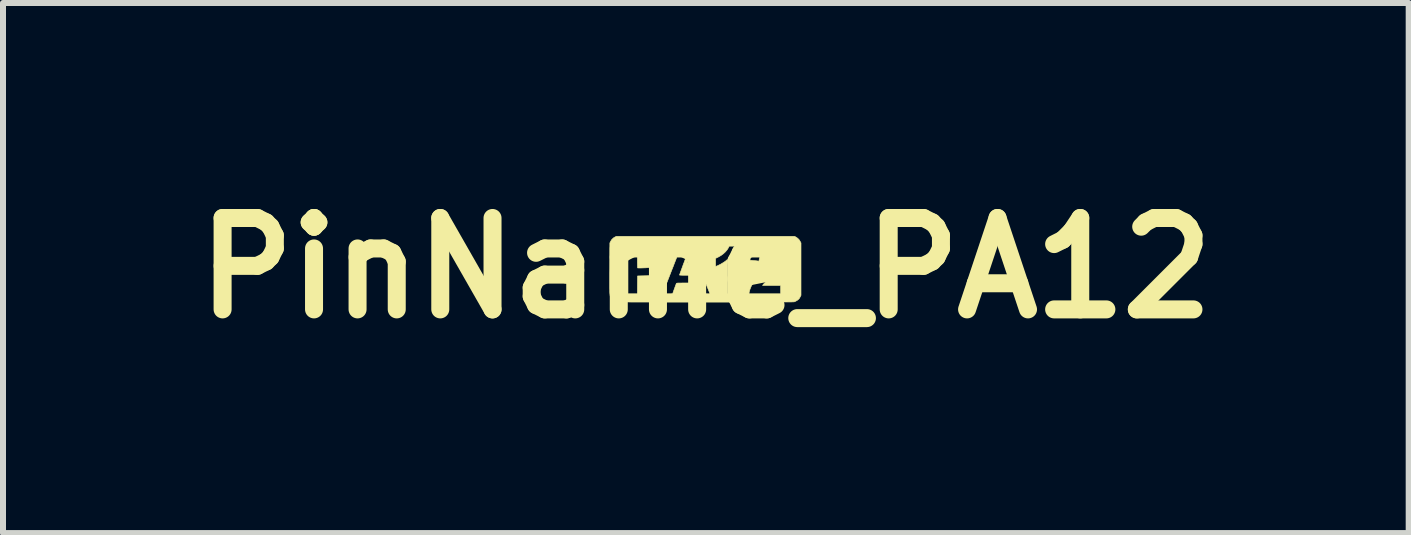
<source format=kicad_pcb>
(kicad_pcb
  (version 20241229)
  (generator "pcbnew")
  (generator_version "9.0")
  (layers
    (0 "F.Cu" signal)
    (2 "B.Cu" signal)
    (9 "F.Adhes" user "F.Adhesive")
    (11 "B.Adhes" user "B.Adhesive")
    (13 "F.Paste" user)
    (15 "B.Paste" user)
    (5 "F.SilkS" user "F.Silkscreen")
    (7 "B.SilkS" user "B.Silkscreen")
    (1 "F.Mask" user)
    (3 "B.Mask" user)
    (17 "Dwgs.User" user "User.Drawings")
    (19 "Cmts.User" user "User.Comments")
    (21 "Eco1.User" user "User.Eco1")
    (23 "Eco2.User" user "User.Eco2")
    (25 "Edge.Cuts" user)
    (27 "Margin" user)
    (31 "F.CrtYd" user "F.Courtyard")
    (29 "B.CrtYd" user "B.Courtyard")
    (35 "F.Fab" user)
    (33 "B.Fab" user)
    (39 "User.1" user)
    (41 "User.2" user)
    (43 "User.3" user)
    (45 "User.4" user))
  (footprint "PinName_PA12"
    (layer "F.Cu")
    (at 8.716 1.418)
    (property "Reference" "PinName_PA12" (at 0 0 0) (layer "F.SilkS") (effects (font (size 1.524 1.524) (thickness 0.3))))
    (attr through_hole)
    (fp_poly (pts (xy -1.024 -0.226) (xy -0.996 -0.225) (xy -0.972 -0.224) (xy -0.953 -0.223) (xy -0.942 -0.221) (xy -0.915 -0.211) (xy -0.89 -0.194) (xy -0.871 -0.171) (xy -0.868 -0.166) (xy -0.859 -0.141) (xy -0.857 -0.112) (xy -0.861 -0.084) (xy -0.868 -0.065) (xy -0.887 -0.041) (xy -0.911 -0.022) (xy -0.939 -0.01) (xy -0.943 -0.009) (xy -0.955 -0.007) (xy -0.974 -0.006) (xy -0.997 -0.004) (xy -1.022 -0.003) (xy -1.049 -0.002) (xy -1.075 -0.001) (xy -1.098 -0.000494) (xy -1.117 -0.001) (xy -1.131 -0.001) (xy -1.137 -0.002) (xy -1.137 -0.003) (xy -1.138 -0.008) (xy -1.139 -0.021) (xy -1.14 -0.041) (xy -1.14 -0.067) (xy -1.141 -0.096) (xy -1.141 -0.116) (xy -1.141 -0.226) (xy -1.053 -0.226) (xy -1.024 -0.226)) (stroke (width 0.01) (type solid)) (fill yes) (layer "F.SilkS"))
    (fp_poly (pts (xy -0.331 -0.167) (xy -0.326 -0.155) (xy -0.319 -0.137) (xy -0.31 -0.115) (xy -0.3 -0.088) (xy -0.289 -0.059) (xy -0.277 -0.029) (xy -0.266 0.001) (xy -0.255 0.031) (xy -0.246 0.057) (xy -0.237 0.08) (xy -0.231 0.098) (xy -0.227 0.11) (xy -0.226 0.114) (xy -0.228 0.116) (xy -0.235 0.118) (xy -0.248 0.119) (xy -0.267 0.12) (xy -0.293 0.12) (xy -0.328 0.12) (xy -0.333 0.12) (xy -0.363 0.12) (xy -0.39 0.12) (xy -0.412 0.119) (xy -0.428 0.118) (xy -0.437 0.117) (xy -0.439 0.117) (xy -0.437 0.111) (xy -0.433 0.098) (xy -0.426 0.079) (xy -0.418 0.056) (xy -0.408 0.029) (xy -0.397 -0.001) (xy -0.386 -0.031) (xy -0.375 -0.062) (xy -0.364 -0.09) (xy -0.354 -0.117) (xy -0.346 -0.139) (xy -0.339 -0.156) (xy -0.335 -0.167) (xy -0.333 -0.171) (xy -0.331 -0.167)) (stroke (width 0.01) (type solid)) (fill yes) (layer "F.SilkS"))
    (fp_poly (pts (xy 1.502 -0.516) (xy 1.531 -0.496) (xy 1.557 -0.469) (xy 1.573 -0.442) (xy 1.586 -0.418) (xy 1.586 0.455) (xy 1.575 0.477) (xy 1.566 0.493) (xy 1.557 0.508) (xy 1.552 0.514) (xy 1.537 0.528) (xy 1.516 0.543) (xy 1.493 0.555) (xy 1.475 0.563) (xy 1.471 0.563) (xy 1.463 0.564) (xy 1.45 0.564) (xy 1.432 0.565) (xy 1.41 0.565) (xy 1.382 0.565) (xy 1.349 0.566) (xy 1.31 0.566) (xy 1.265 0.566) (xy 1.214 0.567) (xy 1.156 0.567) (xy 1.092 0.567) (xy 1.022 0.567) (xy 0.944 0.567) (xy 0.858 0.567) (xy 0.766 0.568) (xy 0.665 0.568) (xy 0.557 0.568) (xy 0.44 0.568) (xy 0.315 0.568) (xy 0.181 0.568) (xy 0.038 0.568) (xy -0.012 0.568) (xy -0.15 0.568) (xy -0.279 0.568) (xy -0.4 0.568) (xy -0.512 0.568) (xy -0.616 0.568) (xy -0.713 0.568) (xy -0.802 0.568) (xy -0.884 0.567) (xy -0.959 0.567) (xy -1.028 0.567) (xy -1.09 0.567) (xy -1.147 0.567) (xy -1.198 0.567) (xy -1.243 0.567) (xy -1.284 0.566) (xy -1.32 0.566) (xy -1.352 0.566) (xy -1.379 0.566) (xy -1.403 0.565) (xy -1.423 0.565) (xy -1.44 0.565) (xy -1.455 0.564) (xy -1.466 0.564) (xy -1.476 0.563) (xy -1.483 0.562) (xy -1.489 0.562) (xy -1.494 0.561) (xy -1.497 0.56) (xy -1.5 0.56) (xy -1.502 0.559) (xy -1.503 0.559) (xy -1.537 0.542) (xy -1.563 0.52) (xy -1.575 0.505) (xy -1.579 0.498) (xy -1.583 0.491) (xy -1.587 0.485) (xy -1.59 0.479) (xy -1.593 0.471) (xy -1.595 0.462) (xy -1.597 0.45) (xy -1.598 0.436) (xy -1.599 0.429) (xy -1.298 0.429) (xy -1.141 0.429) (xy -1.141 0.427) (xy -0.72 0.427) (xy -0.716 0.428) (xy -0.704 0.428) (xy -0.685 0.429) (xy -0.662 0.429) (xy -0.638 0.429) (xy -0.608 0.429) (xy -0.586 0.429) (xy -0.571 0.428) (xy -0.561 0.427) (xy -0.556 0.426) (xy -0.553 0.423) (xy -0.552 0.421) (xy -0.549 0.415) (xy -0.544 0.401) (xy -0.537 0.381) (xy -0.529 0.358) (xy -0.522 0.339) (xy -0.513 0.314) (xy -0.505 0.292) (xy -0.498 0.274) (xy -0.493 0.262) (xy -0.492 0.257) (xy -0.49 0.255) (xy -0.487 0.254) (xy -0.482 0.252) (xy -0.473 0.251) (xy -0.46 0.25) (xy -0.442 0.25) (xy -0.417 0.25) (xy -0.385 0.249) (xy -0.346 0.249) (xy -0.33 0.249) (xy -0.172 0.249) (xy -0.104 0.427) (xy -0.017 0.428) (xy 0.069 0.43) (xy 0.063 0.415) (xy 0.061 0.408) (xy 0.055 0.394) (xy 0.046 0.372) (xy 0.035 0.344) (xy 0.021 0.309) (xy 0.005 0.27) (xy -0.013 0.225) (xy -0.032 0.177) (xy -0.053 0.125) (xy -0.075 0.07) (xy -0.095 0.02) (xy -0.167 -0.161) (xy 0.162 -0.161) (xy 0.162 -0.027) (xy 0.172 -0.03) (xy 0.192 -0.037) (xy 0.216 -0.049) (xy 0.243 -0.062) (xy 0.27 -0.078) (xy 0.296 -0.094) (xy 0.319 -0.109) (xy 0.336 -0.122) (xy 0.344 -0.13) (xy 0.352 -0.136) (xy 0.356 -0.139) (xy 0.357 -0.134) (xy 0.358 -0.121) (xy 0.358 -0.101) (xy 0.359 -0.073) (xy 0.359 -0.04) (xy 0.36 -0.001) (xy 0.36 0.043) (xy 0.36 0.09) (xy 0.36 0.14) (xy 0.36 0.145) (xy 0.36 0.429) (xy 0.508 0.429) (xy 0.508 0.416) (xy 0.72 0.416) (xy 0.72 0.429) (xy 1.247 0.429) (xy 1.247 0.291) (xy 0.946 0.291) (xy 0.952 0.281) (xy 0.956 0.275) (xy 0.966 0.264) (xy 0.982 0.248) (xy 1.001 0.228) (xy 1.024 0.204) (xy 1.049 0.179) (xy 1.067 0.162) (xy 1.102 0.127) (xy 1.131 0.097) (xy 1.154 0.072) (xy 1.173 0.05) (xy 1.189 0.03) (xy 1.202 0.012) (xy 1.212 -0.006) (xy 1.221 -0.025) (xy 1.23 -0.045) (xy 1.232 -0.049) (xy 1.237 -0.063) (xy 1.241 -0.076) (xy 1.243 -0.089) (xy 1.244 -0.105) (xy 1.244 -0.128) (xy 1.244 -0.141) (xy 1.245 -0.201) (xy 1.227 -0.236) (xy 1.204 -0.275) (xy 1.173 -0.307) (xy 1.136 -0.332) (xy 1.094 -0.35) (xy 1.08 -0.354) (xy 1.054 -0.359) (xy 1.023 -0.361) (xy 0.989 -0.362) (xy 0.955 -0.36) (xy 0.926 -0.356) (xy 0.915 -0.354) (xy 0.87 -0.338) (xy 0.833 -0.318) (xy 0.802 -0.291) (xy 0.777 -0.258) (xy 0.757 -0.219) (xy 0.743 -0.172) (xy 0.737 -0.145) (xy 0.735 -0.131) (xy 0.791 -0.125) (xy 0.815 -0.123) (xy 0.837 -0.121) (xy 0.856 -0.119) (xy 0.866 -0.117) (xy 0.885 -0.115) (xy 0.889 -0.139) (xy 0.897 -0.173) (xy 0.911 -0.2) (xy 0.931 -0.22) (xy 0.957 -0.233) (xy 0.968 -0.236) (xy 1 -0.239) (xy 1.029 -0.235) (xy 1.054 -0.223) (xy 1.074 -0.205) (xy 1.088 -0.181) (xy 1.096 -0.153) (xy 1.096 -0.121) (xy 1.093 -0.102) (xy 1.087 -0.083) (xy 1.079 -0.063) (xy 1.073 -0.051) (xy 1.067 -0.043) (xy 1.055 -0.029) (xy 1.037 -0.01) (xy 1.016 0.013) (xy 0.991 0.039) (xy 0.963 0.068) (xy 0.94 0.09) (xy 0.905 0.125) (xy 0.875 0.155) (xy 0.85 0.181) (xy 0.83 0.202) (xy 0.814 0.221) (xy 0.8 0.237) (xy 0.788 0.252) (xy 0.778 0.267) (xy 0.768 0.283) (xy 0.765 0.289) (xy 0.755 0.306) (xy 0.746 0.329) (xy 0.736 0.353) (xy 0.729 0.377) (xy 0.723 0.398) (xy 0.721 0.414) (xy 0.72 0.416) (xy 0.508 0.416) (xy 0.508 -0.365) (xy 0.389 -0.365) (xy 0.375 -0.336) (xy 0.354 -0.303) (xy 0.326 -0.27) (xy 0.292 -0.238) (xy 0.252 -0.209) (xy 0.209 -0.184) (xy 0.2 -0.18) (xy 0.162 -0.161) (xy -0.167 -0.161) (xy -0.247 -0.36) (xy -0.331 -0.36) (xy -0.363 -0.36) (xy -0.386 -0.359) (xy -0.403 -0.358) (xy -0.412 -0.357) (xy -0.417 -0.355) (xy -0.417 -0.354) (xy -0.424 -0.337) (xy -0.433 -0.313) (xy -0.445 -0.284) (xy -0.458 -0.249) (xy -0.474 -0.209) (xy -0.49 -0.166) (xy -0.508 -0.12) (xy -0.527 -0.072) (xy -0.546 -0.022) (xy -0.566 0.028) (xy -0.586 0.079) (xy -0.605 0.128) (xy -0.624 0.177) (xy -0.642 0.223) (xy -0.659 0.266) (xy -0.674 0.306) (xy -0.688 0.341) (xy -0.699 0.372) (xy -0.709 0.396) (xy -0.716 0.414) (xy -0.72 0.424) (xy -0.72 0.427) (xy -1.141 0.427) (xy -1.14 0.281) (xy -1.138 0.132) (xy -1.014 0.129) (xy -0.971 0.128) (xy -0.935 0.126) (xy -0.907 0.124) (xy -0.884 0.122) (xy -0.865 0.119) (xy -0.848 0.114) (xy -0.833 0.109) (xy -0.819 0.102) (xy -0.811 0.098) (xy -0.788 0.083) (xy -0.764 0.062) (xy -0.742 0.038) (xy -0.725 0.014) (xy -0.719 0.003) (xy -0.703 -0.039) (xy -0.695 -0.085) (xy -0.693 -0.132) (xy -0.699 -0.179) (xy -0.712 -0.222) (xy -0.719 -0.238) (xy -0.735 -0.264) (xy -0.757 -0.29) (xy -0.781 -0.313) (xy -0.806 -0.329) (xy -0.808 -0.33) (xy -0.82 -0.336) (xy -0.831 -0.341) (xy -0.842 -0.345) (xy -0.855 -0.349) (xy -0.869 -0.351) (xy -0.887 -0.353) (xy -0.908 -0.355) (xy -0.934 -0.356) (xy -0.966 -0.357) (xy -1.004 -0.358) (xy -1.05 -0.358) (xy -1.091 -0.359) (xy -1.298 -0.361) (xy -1.298 0.429) (xy -1.599 0.429) (xy -1.6 0.418) (xy -1.601 0.396) (xy -1.601 0.369) (xy -1.602 0.338) (xy -1.602 0.3) (xy -1.602 0.257) (xy -1.602 0.206) (xy -1.602 0.148) (xy -1.602 0.081) (xy -1.601 0.011) (xy -1.6 -0.418) (xy -1.588 -0.443) (xy -1.568 -0.475) (xy -1.541 -0.501) (xy -1.515 -0.517) (xy -1.489 -0.529) (xy 1.476 -0.529) (xy 1.502 -0.516)) (stroke (width 0.01) (type solid)) (fill yes) (layer "F.SilkS")))
  (gr_rect
    (start -3 -3)
    (end 20.432 5.836)
    (stroke (width 0.1) (type default))
    (fill no)
    (layer "Edge.Cuts")))
</source>
